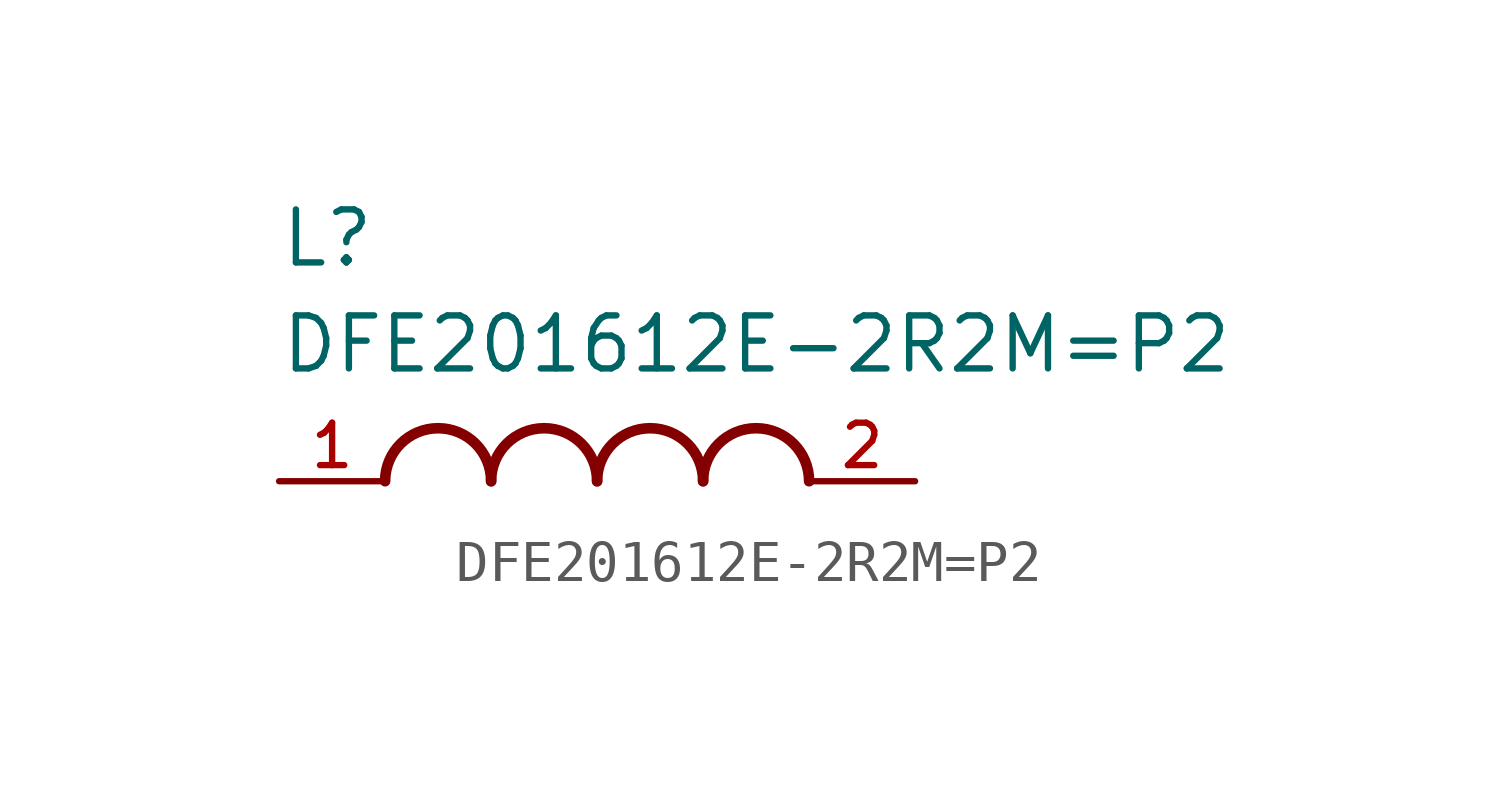
<source format=kicad_sym>
(kicad_symbol_lib
  (version 20220914)
  (generator kicad_symbol_editor)
  (symbol "DFE201612E-2R2M=P2"
    (pin_names
      (offset 1.016))
    (property "Reference" "L"
      (at -7.62 5.08 0)
      (effects (font (size 1.27 1.27)) (justify left bottom)))
    (property "Value" "DFE201612E-2R2M=P2"
      (at -7.62 2.54 0)
      (effects (font (size 1.27 1.27)) (justify left bottom)))
    (symbol "DFE201612E-2R2M=P2_0_0"
      (arc (start -2.54 0) (mid -3.81 1.2645) (end -5.08 0) (stroke (width 0.254) (type default)) (fill (type none)))
      (arc (start 0 0) (mid -1.27 1.2645) (end -2.54 0) (stroke (width 0.254) (type default)) (fill (type none)))
      (arc (start 2.54 0) (mid 1.27 1.2645) (end 0 0) (stroke (width 0.254) (type default)) (fill (type none)))
      (arc (start 5.08 0) (mid 3.81 1.2645) (end 2.54 0) (stroke (width 0.254) (type default)) (fill (type none)))
      (pin passive line (at -7.62 0 0) (length 2.54) (name "~" (effects (font (size 1.016 1.016)))) (number "1" (effects (font (size 1.016 1.016)))))
      (pin passive line (at 7.62 0 180) (length 2.54) (name "~" (effects (font (size 1.016 1.016)))) (number "2" (effects (font (size 1.016 1.016))))))))
</source>
